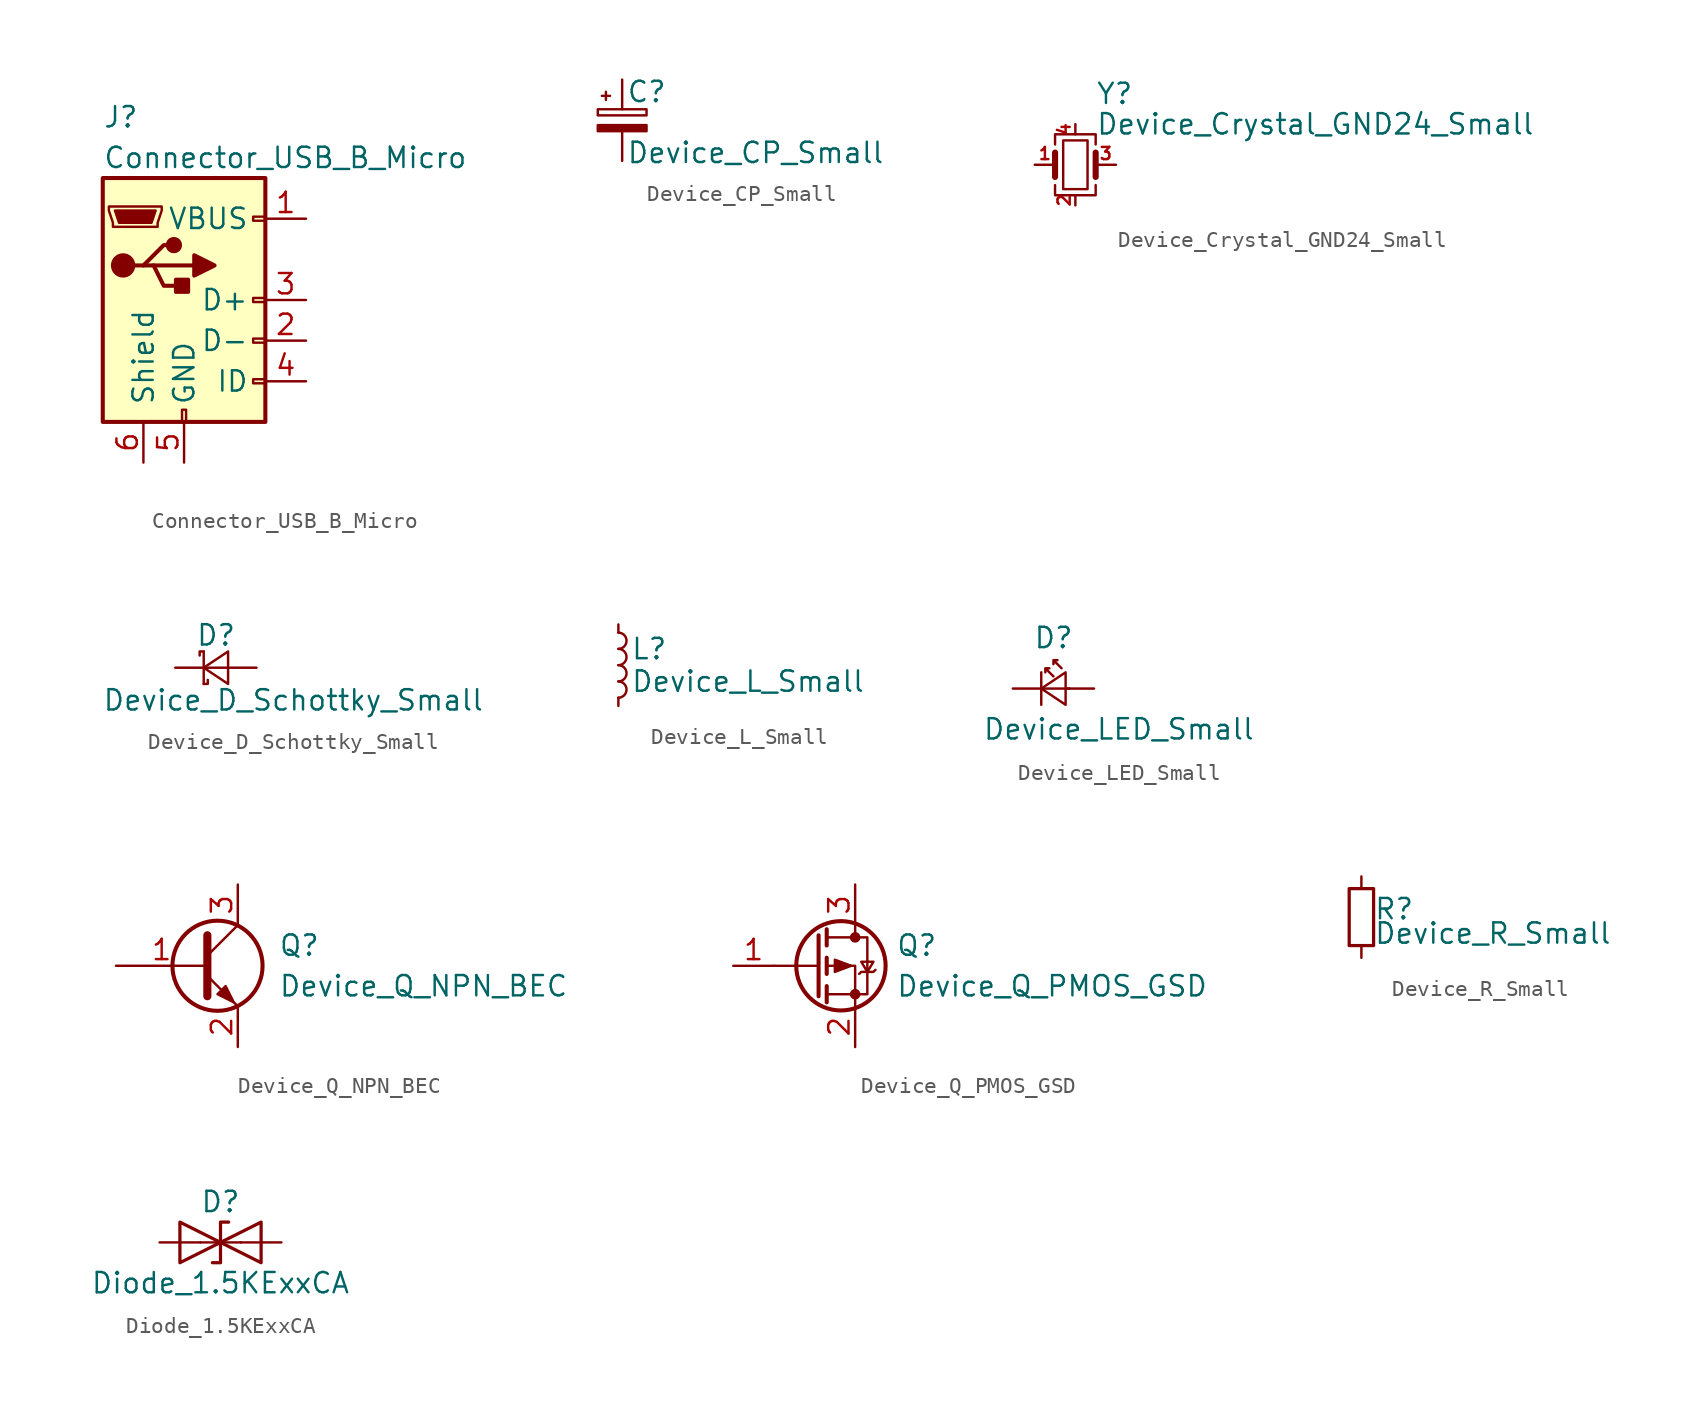
<source format=kicad_sym>
(kicad_symbol_lib
  (version 20231120)
  (generator "kicad_symbol_editor")
  (generator_version "8.0")
  (symbol "Connector_USB_B_Micro"
    (pin_names
      (offset 1.016))
    (property "Reference" "J"
      (at -5.08 11.43 0)
      (effects (font (size 1.27 1.27)) (justify left)))
    (property "Value" "Connector_USB_B_Micro"
      (at -5.08 8.89 0)
      (effects (font (size 1.27 1.27)) (justify left)))
    (symbol "Connector_USB_B_Micro_0_1"
      (rectangle (start -5.08 -7.62) (end 5.08 7.62) (stroke (width 0.254) (type solid)) (fill (type background)))
      (circle (center -3.81 2.159) (radius 0.635) (stroke (width 0.254) (type solid)) (fill (type outline)))
      (circle (center -0.635 3.429) (radius 0.381) (stroke (width 0.254) (type solid)) (fill (type outline)))
      (rectangle (start -0.127 -7.62) (end 0.127 -6.858) (stroke (width 0) (type solid)) (fill (type none)))
      (polyline (pts (xy -1.905 2.159) (xy 0.635 2.159)) (stroke (width 0.254) (type solid)) (fill (type none)))
      (polyline (pts (xy -3.175 2.159) (xy -2.54 2.159) (xy -1.27 3.429) (xy -0.635 3.429)) (stroke (width 0.254) (type solid)) (fill (type none)))
      (polyline (pts (xy -2.54 2.159) (xy -1.905 2.159) (xy -1.27 0.889) (xy 0 0.889)) (stroke (width 0.254) (type solid)) (fill (type none)))
      (polyline (pts (xy 0.635 2.794) (xy 0.635 1.524) (xy 1.905 2.159) (xy 0.635 2.794)) (stroke (width 0.254) (type solid)) (fill (type outline)))
      (polyline (pts (xy -4.318 5.588) (xy -1.778 5.588) (xy -2.032 4.826) (xy -4.064 4.826) (xy -4.318 5.588)) (stroke (width 0) (type solid)) (fill (type outline)))
      (polyline (pts (xy -4.699 5.842) (xy -4.699 5.588) (xy -4.445 4.826) (xy -4.445 4.572) (xy -1.651 4.572) (xy -1.651 4.826) (xy -1.397 5.588) (xy -1.397 5.842) (xy -4.699 5.842)) (stroke (width 0) (type solid)) (fill (type none)))
      (rectangle (start 0.254 1.27) (end -0.508 0.508) (stroke (width 0.254) (type solid)) (fill (type outline)))
      (rectangle (start 5.08 -5.207) (end 4.318 -4.953) (stroke (width 0) (type solid)) (fill (type none)))
      (rectangle (start 5.08 -2.667) (end 4.318 -2.413) (stroke (width 0) (type solid)) (fill (type none)))
      (rectangle (start 5.08 -0.127) (end 4.318 0.127) (stroke (width 0) (type solid)) (fill (type none)))
      (rectangle (start 5.08 4.953) (end 4.318 5.207) (stroke (width 0) (type solid)) (fill (type none))))
    (symbol "Connector_USB_B_Micro_1_1"
      (pin power_out line (at 7.62 5.08 180) (length 2.54) (name "VBUS" (effects (font (size 1.27 1.27)))) (number "1" (effects (font (size 1.27 1.27)))))
      (pin passive line (at 7.62 -2.54 180) (length 2.54) (name "D-" (effects (font (size 1.27 1.27)))) (number "2" (effects (font (size 1.27 1.27)))))
      (pin passive line (at 7.62 0 180) (length 2.54) (name "D+" (effects (font (size 1.27 1.27)))) (number "3" (effects (font (size 1.27 1.27)))))
      (pin passive line (at 7.62 -5.08 180) (length 2.54) (name "ID" (effects (font (size 1.27 1.27)))) (number "4" (effects (font (size 1.27 1.27)))))
      (pin power_out line (at 0 -10.16 90) (length 2.54) (name "GND" (effects (font (size 1.27 1.27)))) (number "5" (effects (font (size 1.27 1.27)))))
      (pin passive line (at -2.54 -10.16 90) (length 2.54) (name "Shield" (effects (font (size 1.27 1.27)))) (number "6" (effects (font (size 1.27 1.27)))))))
  (symbol "Device_CP_Small"
    (pin_numbers hide)
    (pin_names
      (offset 0.254) hide)
    (property "Reference" "C"
      (at 0.254 1.778 0)
      (effects (font (size 1.27 1.27)) (justify left)))
    (property "Value" "Device_CP_Small"
      (at 0.254 -2.032 0)
      (effects (font (size 1.27 1.27)) (justify left)))
    (symbol "Device_CP_Small_0_1"
      (rectangle (start -1.524 -0.305) (end 1.524 -0.686) (stroke (width 0) (type solid)) (fill (type outline)))
      (rectangle (start -1.524 0.686) (end 1.524 0.305) (stroke (width 0) (type solid)) (fill (type none)))
      (polyline (pts (xy -1.27 1.524) (xy -0.762 1.524)) (stroke (width 0) (type solid)) (fill (type none)))
      (polyline (pts (xy -1.016 1.27) (xy -1.016 1.778)) (stroke (width 0) (type solid)) (fill (type none))))
    (symbol "Device_CP_Small_1_1"
      (pin passive line (at 0 2.54 270) (length 1.854) (name "~" (effects (font (size 1.27 1.27)))) (number "1" (effects (font (size 1.27 1.27)))))
      (pin passive line (at 0 -2.54 90) (length 1.854) (name "~" (effects (font (size 1.27 1.27)))) (number "2" (effects (font (size 1.27 1.27)))))))
  (symbol "Device_Crystal_GND24_Small"
    (pin_names
      (offset 1.016) hide)
    (property "Reference" "Y"
      (at 1.27 4.445 0)
      (effects (font (size 1.27 1.27)) (justify left)))
    (property "Value" "Device_Crystal_GND24_Small"
      (at 1.27 2.54 0)
      (effects (font (size 1.27 1.27)) (justify left)))
    (symbol "Device_Crystal_GND24_Small_0_1"
      (rectangle (start -0.762 -1.524) (end 0.762 1.524) (stroke (width 0) (type solid)) (fill (type none)))
      (polyline (pts (xy -1.27 -0.762) (xy -1.27 0.762)) (stroke (width 0.381) (type solid)) (fill (type none)))
      (polyline (pts (xy 1.27 -0.762) (xy 1.27 0.762)) (stroke (width 0.381) (type solid)) (fill (type none)))
      (polyline (pts (xy -1.27 -1.27) (xy -1.27 -1.905) (xy 1.27 -1.905) (xy 1.27 -1.27)) (stroke (width 0) (type solid)) (fill (type none)))
      (polyline (pts (xy -1.27 1.27) (xy -1.27 1.905) (xy 1.27 1.905) (xy 1.27 1.27)) (stroke (width 0) (type solid)) (fill (type none))))
    (symbol "Device_Crystal_GND24_Small_1_1"
      (pin passive line (at -2.54 0 0) (length 1.27) (name "1" (effects (font (size 1.27 1.27)))) (number "1" (effects (font (size 0.762 0.762)))))
      (pin passive line (at 0 -2.54 90) (length 0.635) (name "2" (effects (font (size 1.27 1.27)))) (number "2" (effects (font (size 0.762 0.762)))))
      (pin passive line (at 2.54 0 180) (length 1.27) (name "3" (effects (font (size 1.27 1.27)))) (number "3" (effects (font (size 0.762 0.762)))))
      (pin passive line (at 0 2.54 270) (length 0.635) (name "4" (effects (font (size 1.27 1.27)))) (number "4" (effects (font (size 0.762 0.762)))))))
  (symbol "Device_D_Schottky_Small"
    (pin_numbers hide)
    (pin_names
      (offset 0.254) hide)
    (property "Reference" "D"
      (at -1.27 2.032 0)
      (effects (font (size 1.27 1.27)) (justify left)))
    (property "Value" "Device_D_Schottky_Small"
      (at -7.112 -2.032 0)
      (effects (font (size 1.27 1.27)) (justify left)))
    (symbol "Device_D_Schottky_Small_0_1"
      (polyline (pts (xy -0.762 -1.016) (xy -0.762 1.016)) (stroke (width 0) (type solid)) (fill (type none)))
      (polyline (pts (xy -0.762 0) (xy 0.762 0)) (stroke (width 0) (type solid)) (fill (type none)))
      (polyline (pts (xy -0.762 -1.016) (xy -0.508 -1.016) (xy -0.508 -0.762)) (stroke (width 0) (type solid)) (fill (type none)))
      (polyline (pts (xy -0.762 1.016) (xy -1.016 1.016) (xy -1.016 0.762)) (stroke (width 0) (type solid)) (fill (type none)))
      (polyline (pts (xy 0.762 -1.016) (xy -0.762 0) (xy 0.762 1.016) (xy 0.762 -1.016)) (stroke (width 0) (type solid)) (fill (type none))))
    (symbol "Device_D_Schottky_Small_1_1"
      (pin passive line (at -2.54 0 0) (length 1.778) (name "K" (effects (font (size 1.27 1.27)))) (number "1" (effects (font (size 1.27 1.27)))))
      (pin passive line (at 2.54 0 180) (length 1.778) (name "A" (effects (font (size 1.27 1.27)))) (number "2" (effects (font (size 1.27 1.27)))))))
  (symbol "Device_L_Small"
    (pin_numbers hide)
    (pin_names
      (offset 0.254) hide)
    (property "Reference" "L"
      (at 0.762 1.016 0)
      (effects (font (size 1.27 1.27)) (justify left)))
    (property "Value" "Device_L_Small"
      (at 0.762 -1.016 0)
      (effects (font (size 1.27 1.27)) (justify left)))
    (symbol "Device_L_Small_0_1"
      (arc (start 0 -2.032) (mid 0.508 -1.524) (end 0 -1.016) (stroke (width 0) (type solid)) (fill (type none)))
      (arc (start 0 -1.016) (mid 0.508 -0.508) (end 0 0) (stroke (width 0) (type solid)) (fill (type none)))
      (arc (start 0 0) (mid 0.508 0.508) (end 0 1.016) (stroke (width 0) (type solid)) (fill (type none)))
      (arc (start 0 1.016) (mid 0.508 1.524) (end 0 2.032) (stroke (width 0) (type solid)) (fill (type none))))
    (symbol "Device_L_Small_1_1"
      (pin passive line (at 0 2.54 270) (length 0.508) (name "~" (effects (font (size 1.27 1.27)))) (number "1" (effects (font (size 1.27 1.27)))))
      (pin passive line (at 0 -2.54 90) (length 0.508) (name "~" (effects (font (size 1.27 1.27)))) (number "2" (effects (font (size 1.27 1.27)))))))
  (symbol "Device_LED_Small"
    (pin_numbers hide)
    (pin_names
      (offset 0.254) hide)
    (property "Reference" "D"
      (at -1.27 3.175 0)
      (effects (font (size 1.27 1.27)) (justify left)))
    (property "Value" "Device_LED_Small"
      (at -4.445 -2.54 0)
      (effects (font (size 1.27 1.27)) (justify left)))
    (symbol "Device_LED_Small_0_1"
      (polyline (pts (xy -0.762 -1.016) (xy -0.762 1.016)) (stroke (width 0) (type solid)) (fill (type none)))
      (polyline (pts (xy 1.016 0) (xy -0.762 0)) (stroke (width 0) (type solid)) (fill (type none)))
      (polyline (pts (xy 0.762 -1.016) (xy -0.762 0) (xy 0.762 1.016) (xy 0.762 -1.016)) (stroke (width 0) (type solid)) (fill (type none)))
      (polyline (pts (xy 0 0.762) (xy -0.508 1.27) (xy -0.254 1.27) (xy -0.508 1.27) (xy -0.508 1.016)) (stroke (width 0) (type solid)) (fill (type none)))
      (polyline (pts (xy 0.508 1.27) (xy 0 1.778) (xy 0.254 1.778) (xy 0 1.778) (xy 0 1.524)) (stroke (width 0) (type solid)) (fill (type none))))
    (symbol "Device_LED_Small_1_1"
      (pin passive line (at -2.54 0 0) (length 1.778) (name "K" (effects (font (size 1.27 1.27)))) (number "1" (effects (font (size 1.27 1.27)))))
      (pin passive line (at 2.54 0 180) (length 1.778) (name "A" (effects (font (size 1.27 1.27)))) (number "2" (effects (font (size 1.27 1.27)))))))
  (symbol "Device_Q_NPN_BEC"
    (pin_names
      (offset 0) hide)
    (property "Reference" "Q"
      (at 5.08 1.27 0)
      (effects (font (size 1.27 1.27)) (justify left)))
    (property "Value" "Device_Q_NPN_BEC"
      (at 5.08 -1.27 0)
      (effects (font (size 1.27 1.27)) (justify left)))
    (symbol "Device_Q_NPN_BEC_0_1"
      (polyline (pts (xy 0.635 0.635) (xy 2.54 2.54)) (stroke (width 0) (type solid)) (fill (type none)))
      (polyline (pts (xy 0.635 -0.635) (xy 2.54 -2.54) (xy 2.54 -2.54)) (stroke (width 0) (type solid)) (fill (type none)))
      (polyline (pts (xy 0.635 1.905) (xy 0.635 -1.905) (xy 0.635 -1.905)) (stroke (width 0.508) (type solid)) (fill (type none)))
      (polyline (pts (xy 1.27 -1.778) (xy 1.778 -1.27) (xy 2.286 -2.286) (xy 1.27 -1.778) (xy 1.27 -1.778)) (stroke (width 0) (type solid)) (fill (type outline)))
      (circle (center 1.27 0) (radius 2.819) (stroke (width 0.254) (type solid)) (fill (type none))))
    (symbol "Device_Q_NPN_BEC_1_1"
      (pin input line (at -5.08 0 0) (length 5.715) (name "B" (effects (font (size 1.27 1.27)))) (number "1" (effects (font (size 1.27 1.27)))))
      (pin passive line (at 2.54 -5.08 90) (length 2.54) (name "E" (effects (font (size 1.27 1.27)))) (number "2" (effects (font (size 1.27 1.27)))))
      (pin passive line (at 2.54 5.08 270) (length 2.54) (name "C" (effects (font (size 1.27 1.27)))) (number "3" (effects (font (size 1.27 1.27)))))))
  (symbol "Device_Q_PMOS_GSD"
    (pin_names
      (offset 0) hide)
    (property "Reference" "Q"
      (at 5.08 1.27 0)
      (effects (font (size 1.27 1.27)) (justify left)))
    (property "Value" "Device_Q_PMOS_GSD"
      (at 5.08 -1.27 0)
      (effects (font (size 1.27 1.27)) (justify left)))
    (symbol "Device_Q_PMOS_GSD_0_1"
      (polyline (pts (xy 0.254 0) (xy -2.54 0)) (stroke (width 0) (type solid)) (fill (type none)))
      (polyline (pts (xy 0.254 1.905) (xy 0.254 -1.905)) (stroke (width 0.254) (type solid)) (fill (type none)))
      (polyline (pts (xy 0.762 -1.27) (xy 0.762 -2.286)) (stroke (width 0.254) (type solid)) (fill (type none)))
      (polyline (pts (xy 0.762 0.508) (xy 0.762 -0.508)) (stroke (width 0.254) (type solid)) (fill (type none)))
      (polyline (pts (xy 0.762 2.286) (xy 0.762 1.27)) (stroke (width 0.254) (type solid)) (fill (type none)))
      (polyline (pts (xy 2.54 2.54) (xy 2.54 1.778)) (stroke (width 0) (type solid)) (fill (type none)))
      (polyline (pts (xy 2.54 -2.54) (xy 2.54 0) (xy 0.762 0)) (stroke (width 0) (type solid)) (fill (type none)))
      (polyline (pts (xy 0.762 1.778) (xy 3.302 1.778) (xy 3.302 -1.778) (xy 0.762 -1.778)) (stroke (width 0) (type solid)) (fill (type none)))
      (polyline (pts (xy 2.286 0) (xy 1.27 0.381) (xy 1.27 -0.381) (xy 2.286 0)) (stroke (width 0) (type solid)) (fill (type outline)))
      (polyline (pts (xy 2.794 -0.508) (xy 2.921 -0.381) (xy 3.683 -0.381) (xy 3.81 -0.254)) (stroke (width 0) (type solid)) (fill (type none)))
      (polyline (pts (xy 3.302 -0.381) (xy 2.921 0.254) (xy 3.683 0.254) (xy 3.302 -0.381)) (stroke (width 0) (type solid)) (fill (type none)))
      (circle (center 1.651 0) (radius 2.794) (stroke (width 0.254) (type solid)) (fill (type none)))
      (circle (center 2.54 -1.778) (radius 0.254) (stroke (width 0) (type solid)) (fill (type outline)))
      (circle (center 2.54 1.778) (radius 0.254) (stroke (width 0) (type solid)) (fill (type outline))))
    (symbol "Device_Q_PMOS_GSD_1_1"
      (pin input line (at -5.08 0 0) (length 2.54) (name "G" (effects (font (size 1.27 1.27)))) (number "1" (effects (font (size 1.27 1.27)))))
      (pin passive line (at 2.54 -5.08 90) (length 2.54) (name "S" (effects (font (size 1.27 1.27)))) (number "2" (effects (font (size 1.27 1.27)))))
      (pin passive line (at 2.54 5.08 270) (length 2.54) (name "D" (effects (font (size 1.27 1.27)))) (number "3" (effects (font (size 1.27 1.27)))))))
  (symbol "Device_R_Small"
    (pin_numbers hide)
    (pin_names
      (offset 0.254) hide)
    (property "Reference" "R"
      (at 0.762 0.508 0)
      (effects (font (size 1.27 1.27)) (justify left)))
    (property "Value" "Device_R_Small"
      (at 0.762 -1.016 0)
      (effects (font (size 1.27 1.27)) (justify left)))
    (symbol "Device_R_Small_0_1"
      (rectangle (start -0.762 1.778) (end 0.762 -1.778) (stroke (width 0.203) (type solid)) (fill (type none))))
    (symbol "Device_R_Small_1_1"
      (pin passive line (at 0 2.54 270) (length 0.762) (name "~" (effects (font (size 1.27 1.27)))) (number "1" (effects (font (size 1.27 1.27)))))
      (pin passive line (at 0 -2.54 90) (length 0.762) (name "~" (effects (font (size 1.27 1.27)))) (number "2" (effects (font (size 1.27 1.27)))))))
  (symbol "Diode_1.5KExxCA"
    (pin_numbers hide)
    (pin_names
      (offset 1.016) hide)
    (property "Reference" "D"
      (at 0 2.54 0)
      (effects (font (size 1.27 1.27))))
    (property "Value" "Diode_1.5KExxCA"
      (at 0 -2.54 0)
      (effects (font (size 1.27 1.27))))
    (symbol "Diode_1.5KExxCA_0_1"
      (polyline (pts (xy 1.27 0) (xy -1.27 0)) (stroke (width 0) (type solid)) (fill (type none)))
      (polyline (pts (xy -2.54 -1.27) (xy 0 0) (xy -2.54 1.27) (xy -2.54 -1.27)) (stroke (width 0.203) (type solid)) (fill (type none)))
      (polyline (pts (xy 0.508 1.27) (xy 0 1.27) (xy 0 -1.27) (xy -0.508 -1.27)) (stroke (width 0.203) (type solid)) (fill (type none)))
      (polyline (pts (xy 2.54 1.27) (xy 2.54 -1.27) (xy 0 0) (xy 2.54 1.27)) (stroke (width 0.203) (type solid)) (fill (type none))))
    (symbol "Diode_1.5KExxCA_1_1"
      (pin passive line (at -3.81 0 0) (length 2.54) (name "A1" (effects (font (size 1.27 1.27)))) (number "1" (effects (font (size 1.27 1.27)))))
      (pin passive line (at 3.81 0 180) (length 2.54) (name "A2" (effects (font (size 1.27 1.27)))) (number "2" (effects (font (size 1.27 1.27))))))))
</source>
